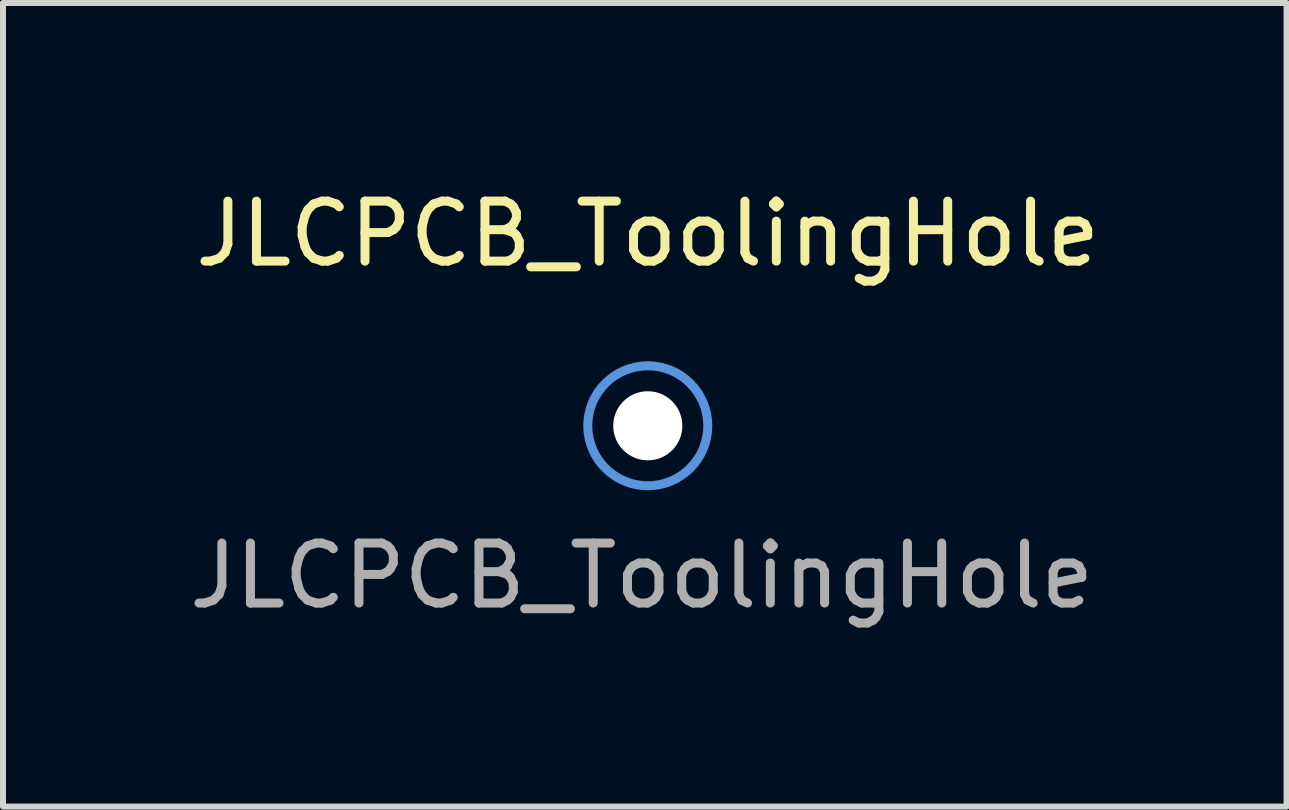
<source format=kicad_pcb>
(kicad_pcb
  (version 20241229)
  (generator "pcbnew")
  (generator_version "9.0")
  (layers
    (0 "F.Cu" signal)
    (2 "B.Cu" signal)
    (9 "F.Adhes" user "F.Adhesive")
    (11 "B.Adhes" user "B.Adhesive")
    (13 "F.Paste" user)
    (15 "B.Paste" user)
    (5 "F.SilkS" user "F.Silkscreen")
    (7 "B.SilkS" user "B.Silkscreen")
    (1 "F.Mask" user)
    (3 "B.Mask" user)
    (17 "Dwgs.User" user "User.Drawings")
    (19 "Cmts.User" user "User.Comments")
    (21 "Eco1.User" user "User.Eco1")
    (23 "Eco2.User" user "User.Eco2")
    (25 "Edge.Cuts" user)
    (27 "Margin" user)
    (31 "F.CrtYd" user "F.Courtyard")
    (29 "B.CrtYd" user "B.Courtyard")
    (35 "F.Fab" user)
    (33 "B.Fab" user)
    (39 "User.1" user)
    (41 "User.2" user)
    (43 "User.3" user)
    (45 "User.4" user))
  (footprint "JLCPCB_ToolingHole"
    (layer "F.Cu")
    (at 7.749 4.048)
    (property "Reference" "JLCPCB_ToolingHole" (at 0 -3.2 0) (layer "F.SilkS") (effects (font (size 1 1) (thickness 0.15))))
    (attr exclude_from_pos_files exclude_from_bom)
    (fp_circle (center 0 0) (end 0.65 0) (stroke (width 0) (type solid)) (fill yes) (layer "F.Mask"))
    (fp_circle (center 0 0) (end 0.65 0) (stroke (width 0) (type solid)) (fill yes) (layer "B.Mask"))
    (fp_circle (center 0 0) (end 1 0) (stroke (width 0.15) (type solid)) (fill no) (layer "Cmts.User"))
    (fp_circle (center 0 0) (end 1 0) (stroke (width 0.05) (type solid)) (fill no) (layer "F.CrtYd"))
    (fp_text user "${REFERENCE}" (at -0.1 2.5 0) (layer "F.Fab") (effects (font (size 1 1) (thickness 0.15))))
    (pad "" np_thru_hole circle (at 0 0) (size 1.152 1.152) (drill 1.152) (layers "*.Cu")))
  (gr_rect
    (start -3 -3)
    (end 18.398 10.396)
    (stroke (width 0.1) (type default))
    (fill no)
    (layer "Edge.Cuts")))
</source>
